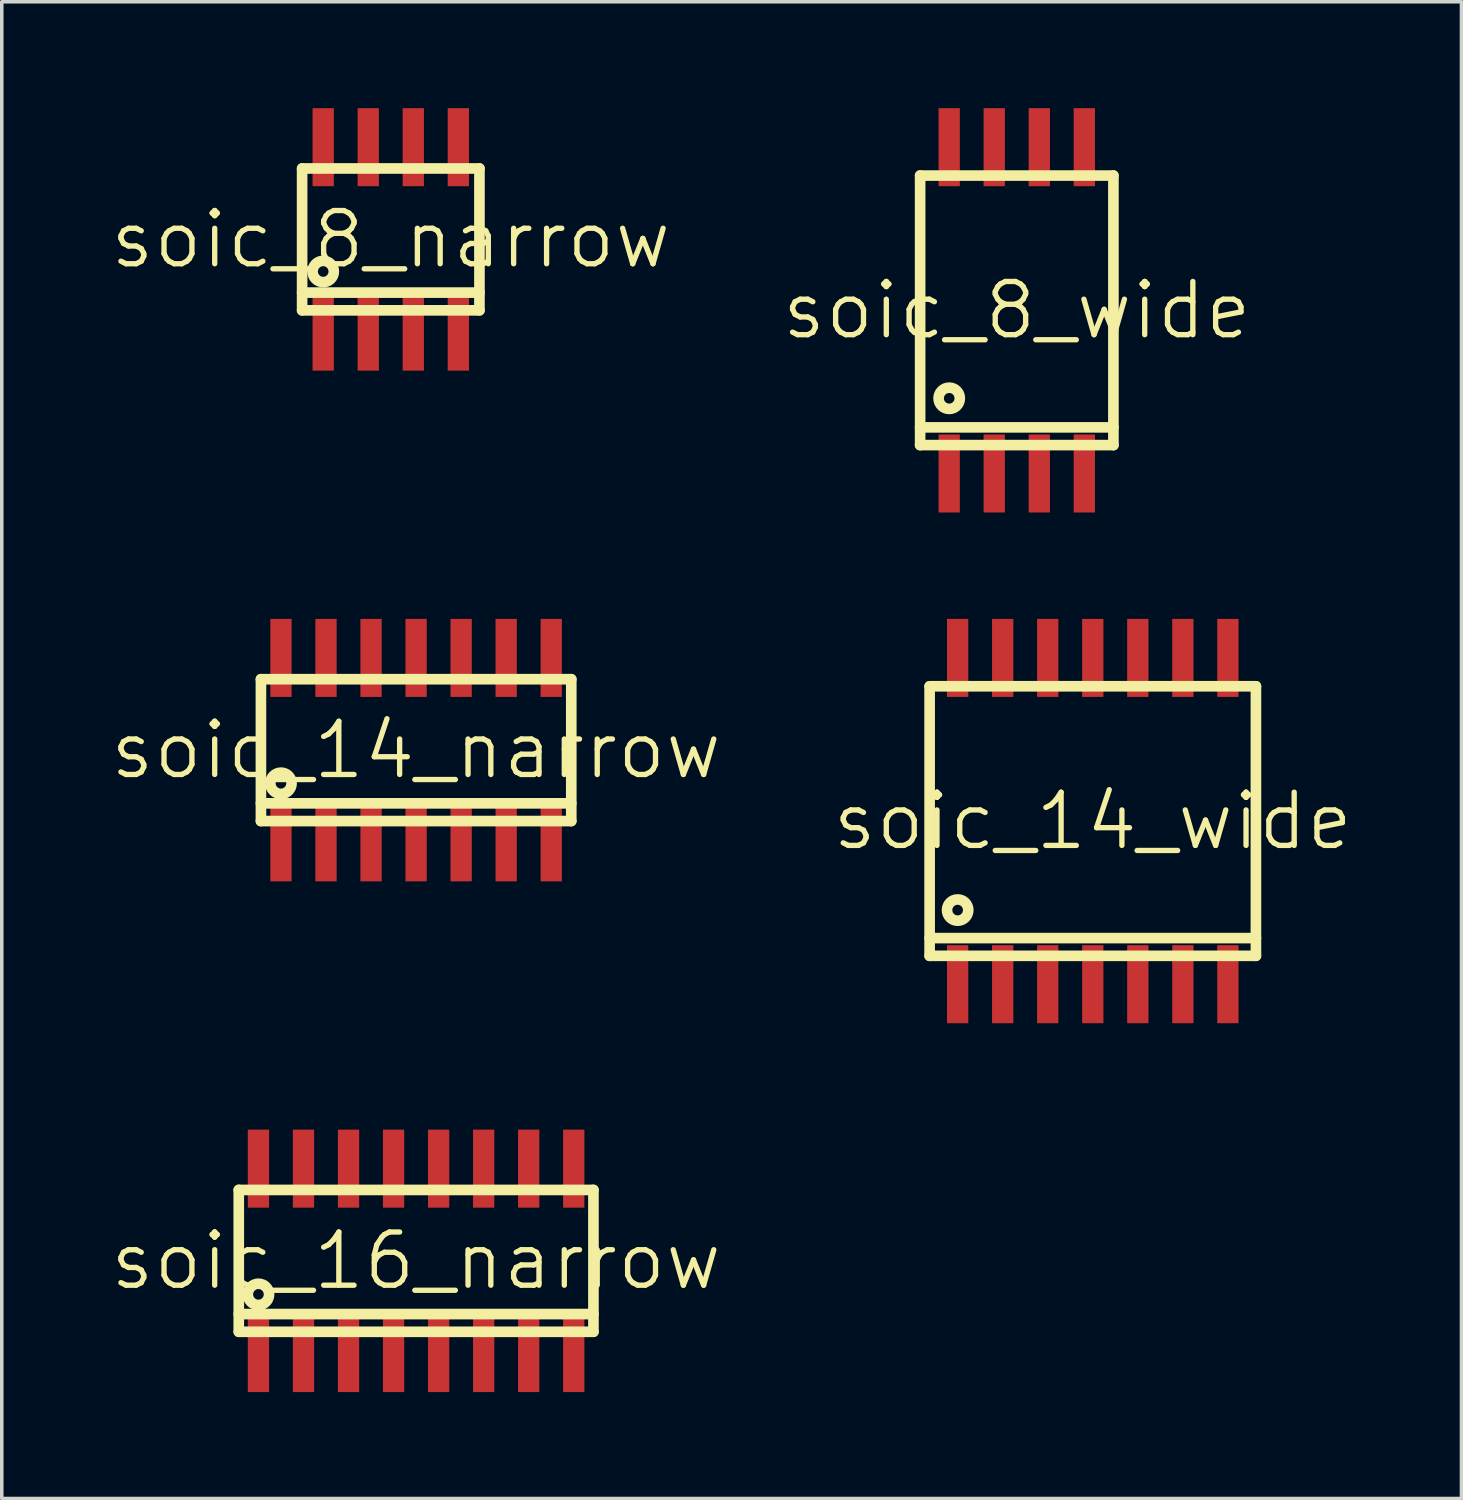
<source format=kicad_pcb>
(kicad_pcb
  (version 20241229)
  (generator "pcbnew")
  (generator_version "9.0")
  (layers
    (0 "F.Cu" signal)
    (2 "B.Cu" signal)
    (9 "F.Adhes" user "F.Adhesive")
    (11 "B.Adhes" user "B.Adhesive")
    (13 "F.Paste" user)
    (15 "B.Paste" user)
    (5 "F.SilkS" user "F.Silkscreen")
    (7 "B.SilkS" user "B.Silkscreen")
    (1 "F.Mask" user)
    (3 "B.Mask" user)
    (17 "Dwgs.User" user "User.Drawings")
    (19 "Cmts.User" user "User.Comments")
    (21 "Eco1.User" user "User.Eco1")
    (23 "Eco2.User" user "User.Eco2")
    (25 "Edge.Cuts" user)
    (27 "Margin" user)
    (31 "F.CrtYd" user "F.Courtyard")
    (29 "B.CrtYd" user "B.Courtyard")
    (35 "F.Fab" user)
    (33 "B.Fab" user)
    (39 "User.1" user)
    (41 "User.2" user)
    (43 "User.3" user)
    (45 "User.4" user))
  (footprint "soic_16_narrow"
    (layer "F.Cu")
    (at 8.682 32.5)
    (property "Reference" "soic_16_narrow" (at 0 0 0) (layer "F.SilkS") (effects (font (size 1.5 1.5) (thickness 0.15))))
    (attr smd)
    (fp_line (start -5 -2) (end 5 -2) (stroke (width 0.3) (type solid)) (layer "F.SilkS"))
    (fp_line (start -5 1.5) (end 5 1.5) (stroke (width 0.3) (type solid)) (layer "F.SilkS"))
    (fp_line (start -5 2) (end -5 -2) (stroke (width 0.3) (type solid)) (layer "F.SilkS"))
    (fp_line (start 5 -2) (end 5 2) (stroke (width 0.3) (type solid)) (layer "F.SilkS"))
    (fp_line (start 5 2) (end -5 2) (stroke (width 0.3) (type solid)) (layer "F.SilkS"))
    (fp_circle (center -4.445 0.945) (end -4.745 0.945) (stroke (width 0.3) (type solid)) (fill no) (layer "F.SilkS"))
    (pad "1" smd rect (at -4.445 2.6) (size 0.6 2.2) (layers "F.Cu" "F.Mask" "F.Paste"))
    (pad "2" smd rect (at -3.175 2.6) (size 0.6 2.2) (layers "F.Cu" "F.Mask" "F.Paste"))
    (pad "3" smd rect (at -1.905 2.6) (size 0.6 2.2) (layers "F.Cu" "F.Mask" "F.Paste"))
    (pad "4" smd rect (at -0.635 2.6) (size 0.6 2.2) (layers "F.Cu" "F.Mask" "F.Paste"))
    (pad "5" smd rect (at 0.635 2.6) (size 0.6 2.2) (layers "F.Cu" "F.Mask" "F.Paste"))
    (pad "6" smd rect (at 1.905 2.6) (size 0.6 2.2) (layers "F.Cu" "F.Mask" "F.Paste"))
    (pad "7" smd rect (at 3.175 2.6) (size 0.6 2.2) (layers "F.Cu" "F.Mask" "F.Paste"))
    (pad "8" smd rect (at 4.445 2.6) (size 0.6 2.2) (layers "F.Cu" "F.Mask" "F.Paste"))
    (pad "9" smd rect (at 4.445 -2.6) (size 0.6 2.2) (layers "F.Cu" "F.Mask" "F.Paste"))
    (pad "10" smd rect (at 3.175 -2.6) (size 0.6 2.2) (layers "F.Cu" "F.Mask" "F.Paste"))
    (pad "11" smd rect (at 1.905 -2.6) (size 0.6 2.2) (layers "F.Cu" "F.Mask" "F.Paste"))
    (pad "12" smd rect (at 0.635 -2.6) (size 0.6 2.2) (layers "F.Cu" "F.Mask" "F.Paste"))
    (pad "13" smd rect (at -0.635 -2.6) (size 0.6 2.2) (layers "F.Cu" "F.Mask" "F.Paste"))
    (pad "14" smd rect (at -1.905 -2.6) (size 0.6 2.2) (layers "F.Cu" "F.Mask" "F.Paste"))
    (pad "15" smd rect (at -3.175 -2.6) (size 0.6 2.2) (layers "F.Cu" "F.Mask" "F.Paste"))
    (pad "16" smd rect (at -4.445 -2.6) (size 0.6 2.2) (layers "F.Cu" "F.Mask" "F.Paste")))
  (footprint "soic_14_wide"
    (layer "F.Cu")
    (at 27.761 20.1)
    (property "Reference" "soic_14_wide" (at 0 0 0) (layer "F.SilkS") (effects (font (size 1.5 1.5) (thickness 0.15))))
    (attr smd)
    (fp_line (start -4.6 -3.8) (end 4.6 -3.8) (stroke (width 0.3) (type solid)) (layer "F.SilkS"))
    (fp_line (start -4.6 3.3) (end 4.6 3.3) (stroke (width 0.3) (type solid)) (layer "F.SilkS"))
    (fp_line (start -4.6 3.8) (end -4.6 -3.8) (stroke (width 0.3) (type solid)) (layer "F.SilkS"))
    (fp_line (start 4.6 -3.8) (end 4.6 3.8) (stroke (width 0.3) (type solid)) (layer "F.SilkS"))
    (fp_line (start 4.6 3.8) (end -4.6 3.8) (stroke (width 0.3) (type solid)) (layer "F.SilkS"))
    (fp_circle (center -3.81 2.51) (end -4.11 2.51) (stroke (width 0.3) (type solid)) (fill no) (layer "F.SilkS"))
    (pad "1" smd rect (at -3.81 4.6) (size 0.6 2.2) (layers "F.Cu" "F.Mask" "F.Paste"))
    (pad "2" smd rect (at -2.54 4.6) (size 0.6 2.2) (layers "F.Cu" "F.Mask" "F.Paste"))
    (pad "3" smd rect (at -1.27 4.6) (size 0.6 2.2) (layers "F.Cu" "F.Mask" "F.Paste"))
    (pad "4" smd rect (at 0 4.6) (size 0.6 2.2) (layers "F.Cu" "F.Mask" "F.Paste"))
    (pad "5" smd rect (at 1.27 4.6) (size 0.6 2.2) (layers "F.Cu" "F.Mask" "F.Paste"))
    (pad "6" smd rect (at 2.54 4.6) (size 0.6 2.2) (layers "F.Cu" "F.Mask" "F.Paste"))
    (pad "7" smd rect (at 3.81 4.6) (size 0.6 2.2) (layers "F.Cu" "F.Mask" "F.Paste"))
    (pad "8" smd rect (at 3.81 -4.6) (size 0.6 2.2) (layers "F.Cu" "F.Mask" "F.Paste"))
    (pad "9" smd rect (at 2.54 -4.6) (size 0.6 2.2) (layers "F.Cu" "F.Mask" "F.Paste"))
    (pad "10" smd rect (at 1.27 -4.6) (size 0.6 2.2) (layers "F.Cu" "F.Mask" "F.Paste"))
    (pad "11" smd rect (at 0 -4.6) (size 0.6 2.2) (layers "F.Cu" "F.Mask" "F.Paste"))
    (pad "12" smd rect (at -1.27 -4.6) (size 0.6 2.2) (layers "F.Cu" "F.Mask" "F.Paste"))
    (pad "13" smd rect (at -2.54 -4.6) (size 0.6 2.2) (layers "F.Cu" "F.Mask" "F.Paste"))
    (pad "14" smd rect (at -3.81 -4.6) (size 0.6 2.2) (layers "F.Cu" "F.Mask" "F.Paste")))
  (footprint "soic_8_narrow"
    (layer "F.Cu")
    (at 7.968 3.7)
    (property "Reference" "soic_8_narrow" (at 0 0 0) (layer "F.SilkS") (effects (font (size 1.5 1.5) (thickness 0.15))))
    (attr smd)
    (fp_line (start -2.5 -2) (end 2.5 -2) (stroke (width 0.3) (type solid)) (layer "F.SilkS"))
    (fp_line (start -2.5 1.5) (end 2.5 1.5) (stroke (width 0.3) (type solid)) (layer "F.SilkS"))
    (fp_line (start -2.5 2) (end -2.5 -2) (stroke (width 0.3) (type solid)) (layer "F.SilkS"))
    (fp_line (start 2.5 -2) (end 2.5 2) (stroke (width 0.3) (type solid)) (layer "F.SilkS"))
    (fp_line (start 2.5 2) (end -2.5 2) (stroke (width 0.3) (type solid)) (layer "F.SilkS"))
    (fp_circle (center -1.905 0.905) (end -2.205 0.905) (stroke (width 0.3) (type solid)) (fill no) (layer "F.SilkS"))
    (pad "1" smd rect (at -1.905 2.6) (size 0.6 2.2) (layers "F.Cu" "F.Mask" "F.Paste"))
    (pad "2" smd rect (at -0.635 2.6) (size 0.6 2.2) (layers "F.Cu" "F.Mask" "F.Paste"))
    (pad "3" smd rect (at 0.635 2.6) (size 0.6 2.2) (layers "F.Cu" "F.Mask" "F.Paste"))
    (pad "4" smd rect (at 1.905 2.6) (size 0.6 2.2) (layers "F.Cu" "F.Mask" "F.Paste"))
    (pad "5" smd rect (at 1.905 -2.6) (size 0.6 2.2) (layers "F.Cu" "F.Mask" "F.Paste"))
    (pad "6" smd rect (at 0.635 -2.6) (size 0.6 2.2) (layers "F.Cu" "F.Mask" "F.Paste"))
    (pad "7" smd rect (at -0.635 -2.6) (size 0.6 2.2) (layers "F.Cu" "F.Mask" "F.Paste"))
    (pad "8" smd rect (at -1.905 -2.6) (size 0.6 2.2) (layers "F.Cu" "F.Mask" "F.Paste")))
  (footprint "soic_8_wide"
    (layer "F.Cu")
    (at 25.618 5.7)
    (property "Reference" "soic_8_wide" (at 0 0 0) (layer "F.SilkS") (effects (font (size 1.5 1.5) (thickness 0.15))))
    (attr smd)
    (fp_line (start -2.725 -3.8) (end 2.725 -3.8) (stroke (width 0.3) (type solid)) (layer "F.SilkS"))
    (fp_line (start -2.725 3.3) (end 2.725 3.3) (stroke (width 0.3) (type solid)) (layer "F.SilkS"))
    (fp_line (start -2.725 3.8) (end -2.725 -3.8) (stroke (width 0.3) (type solid)) (layer "F.SilkS"))
    (fp_line (start 2.725 -3.8) (end 2.725 3.8) (stroke (width 0.3) (type solid)) (layer "F.SilkS"))
    (fp_line (start 2.725 3.8) (end -2.725 3.8) (stroke (width 0.3) (type solid)) (layer "F.SilkS"))
    (fp_circle (center -1.905 2.48) (end -2.205 2.48) (stroke (width 0.3) (type solid)) (fill no) (layer "F.SilkS"))
    (pad "1" smd rect (at -1.905 4.6) (size 0.6 2.2) (layers "F.Cu" "F.Mask" "F.Paste"))
    (pad "2" smd rect (at -0.635 4.6) (size 0.6 2.2) (layers "F.Cu" "F.Mask" "F.Paste"))
    (pad "3" smd rect (at 0.635 4.6) (size 0.6 2.2) (layers "F.Cu" "F.Mask" "F.Paste"))
    (pad "4" smd rect (at 1.905 4.6) (size 0.6 2.2) (layers "F.Cu" "F.Mask" "F.Paste"))
    (pad "5" smd rect (at 1.905 -4.6) (size 0.6 2.2) (layers "F.Cu" "F.Mask" "F.Paste"))
    (pad "6" smd rect (at 0.635 -4.6) (size 0.6 2.2) (layers "F.Cu" "F.Mask" "F.Paste"))
    (pad "7" smd rect (at -0.635 -4.6) (size 0.6 2.2) (layers "F.Cu" "F.Mask" "F.Paste"))
    (pad "8" smd rect (at -1.905 -4.6) (size 0.6 2.2) (layers "F.Cu" "F.Mask" "F.Paste")))
  (footprint "soic_14_narrow"
    (layer "F.Cu")
    (at 8.682 18.1)
    (property "Reference" "soic_14_narrow" (at 0 0 0) (layer "F.SilkS") (effects (font (size 1.5 1.5) (thickness 0.15))))
    (attr smd)
    (fp_line (start -4.375 -2) (end 4.375 -2) (stroke (width 0.3) (type solid)) (layer "F.SilkS"))
    (fp_line (start -4.375 1.5) (end 4.375 1.5) (stroke (width 0.3) (type solid)) (layer "F.SilkS"))
    (fp_line (start -4.375 2) (end -4.375 -2) (stroke (width 0.3) (type solid)) (layer "F.SilkS"))
    (fp_line (start 4.375 -2) (end 4.375 2) (stroke (width 0.3) (type solid)) (layer "F.SilkS"))
    (fp_line (start 4.375 2) (end -4.375 2) (stroke (width 0.3) (type solid)) (layer "F.SilkS"))
    (fp_circle (center -3.81 0.935) (end -4.11 0.935) (stroke (width 0.3) (type solid)) (fill no) (layer "F.SilkS"))
    (pad "1" smd rect (at -3.81 2.6) (size 0.6 2.2) (layers "F.Cu" "F.Mask" "F.Paste"))
    (pad "2" smd rect (at -2.54 2.6) (size 0.6 2.2) (layers "F.Cu" "F.Mask" "F.Paste"))
    (pad "3" smd rect (at -1.27 2.6) (size 0.6 2.2) (layers "F.Cu" "F.Mask" "F.Paste"))
    (pad "4" smd rect (at 0 2.6) (size 0.6 2.2) (layers "F.Cu" "F.Mask" "F.Paste"))
    (pad "5" smd rect (at 1.27 2.6) (size 0.6 2.2) (layers "F.Cu" "F.Mask" "F.Paste"))
    (pad "6" smd rect (at 2.54 2.6) (size 0.6 2.2) (layers "F.Cu" "F.Mask" "F.Paste"))
    (pad "7" smd rect (at 3.81 2.6) (size 0.6 2.2) (layers "F.Cu" "F.Mask" "F.Paste"))
    (pad "8" smd rect (at 3.81 -2.6) (size 0.6 2.2) (layers "F.Cu" "F.Mask" "F.Paste"))
    (pad "9" smd rect (at 2.54 -2.6) (size 0.6 2.2) (layers "F.Cu" "F.Mask" "F.Paste"))
    (pad "10" smd rect (at 1.27 -2.6) (size 0.6 2.2) (layers "F.Cu" "F.Mask" "F.Paste"))
    (pad "11" smd rect (at 0 -2.6) (size 0.6 2.2) (layers "F.Cu" "F.Mask" "F.Paste"))
    (pad "12" smd rect (at -1.27 -2.6) (size 0.6 2.2) (layers "F.Cu" "F.Mask" "F.Paste"))
    (pad "13" smd rect (at -2.54 -2.6) (size 0.6 2.2) (layers "F.Cu" "F.Mask" "F.Paste"))
    (pad "14" smd rect (at -3.81 -2.6) (size 0.6 2.2) (layers "F.Cu" "F.Mask" "F.Paste")))
  (gr_rect
    (start -3 -3)
    (end 38.157 39.2)
    (stroke (width 0.1) (type default))
    (fill no)
    (layer "Edge.Cuts")))
</source>
